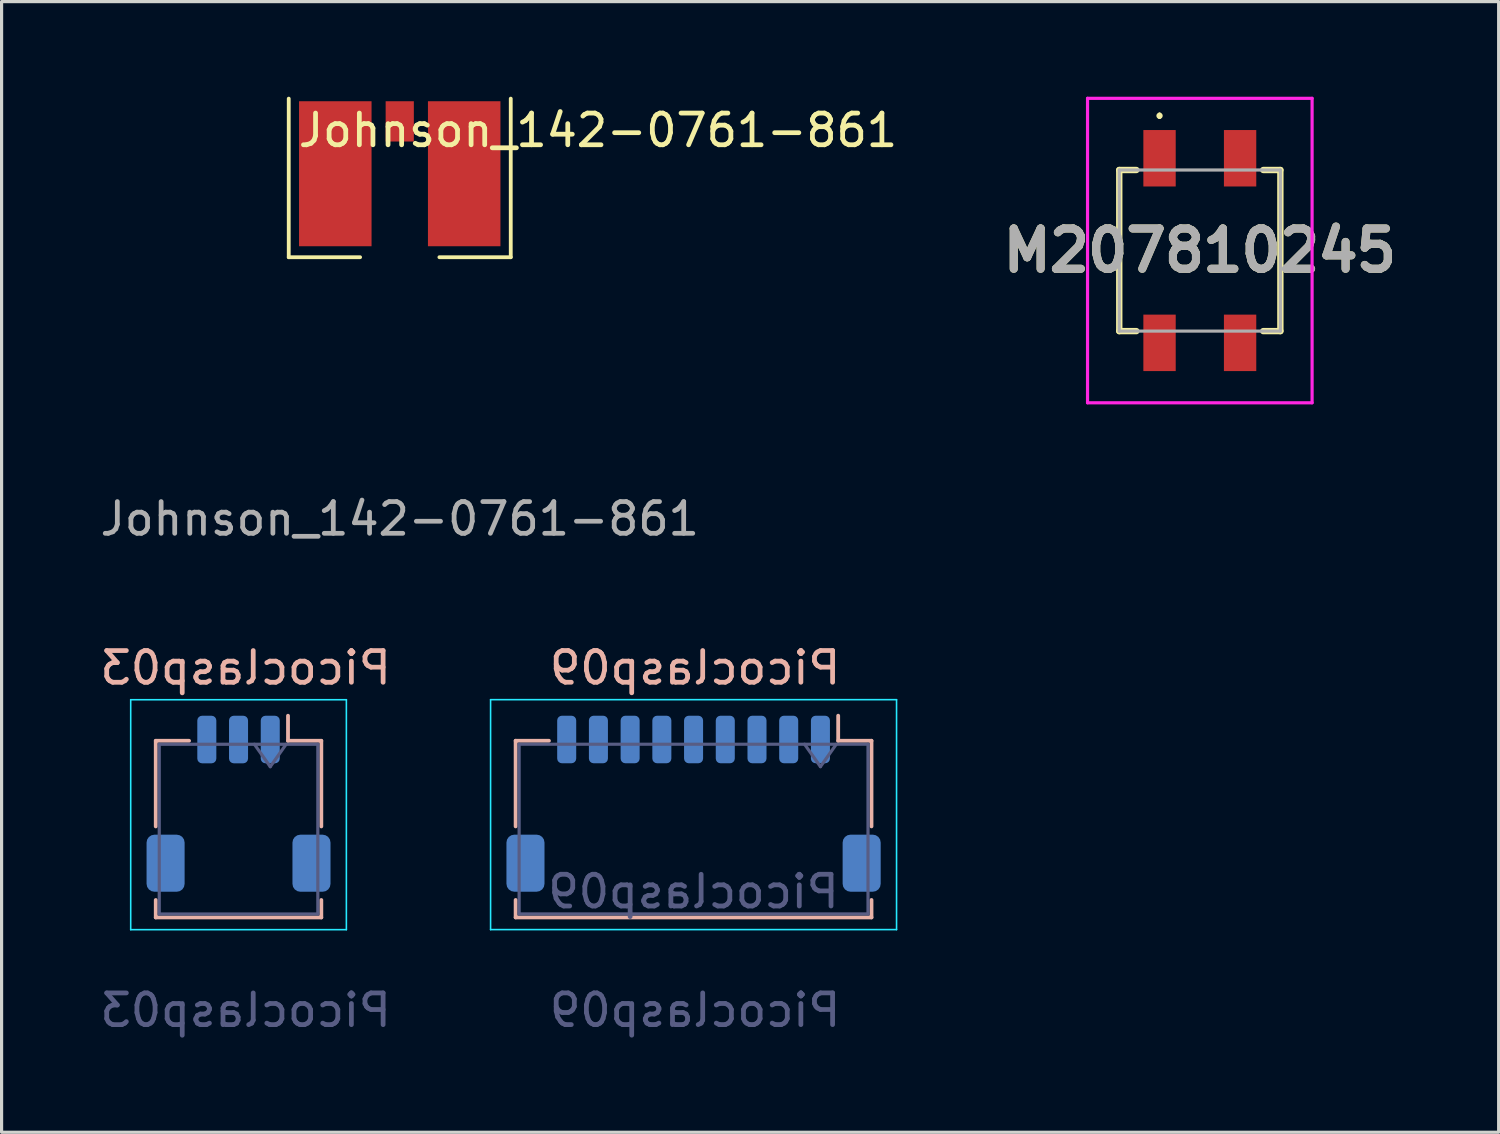
<source format=kicad_pcb>
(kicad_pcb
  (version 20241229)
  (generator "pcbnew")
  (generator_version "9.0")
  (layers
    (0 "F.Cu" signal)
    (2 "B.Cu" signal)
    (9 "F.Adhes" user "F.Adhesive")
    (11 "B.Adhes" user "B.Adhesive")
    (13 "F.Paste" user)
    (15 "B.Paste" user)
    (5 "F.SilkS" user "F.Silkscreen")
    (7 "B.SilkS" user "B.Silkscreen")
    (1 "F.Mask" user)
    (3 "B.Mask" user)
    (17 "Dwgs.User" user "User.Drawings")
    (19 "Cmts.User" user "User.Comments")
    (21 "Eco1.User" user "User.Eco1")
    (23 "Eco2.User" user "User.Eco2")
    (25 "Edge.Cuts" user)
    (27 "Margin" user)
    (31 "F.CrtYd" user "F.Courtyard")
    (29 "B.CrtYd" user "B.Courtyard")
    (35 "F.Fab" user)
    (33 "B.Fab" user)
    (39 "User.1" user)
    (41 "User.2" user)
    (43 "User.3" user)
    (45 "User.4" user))
  (footprint "Picoclasp03"
    (layer "F.Cu")
    (at 4.696 23.087)
    (property "Reference" "Picoclasp03" (at 0 -5.08 0) (unlocked yes) (layer "B.SilkS") (effects (font (size 1 1) (thickness 0.15)) (justify mirror)))
    (attr smd)
    (fp_line (start -2.835 -2.78) (end -1.785 -2.78) (stroke (width 0.12) (type solid)) (layer "B.SilkS"))
    (fp_line (start -2.835 -0.08) (end -2.835 -2.78) (stroke (width 0.12) (type solid)) (layer "B.SilkS"))
    (fp_line (start -2.835 2.79) (end -2.835 2.24) (stroke (width 0.12) (type solid)) (layer "B.SilkS"))
    (fp_line (start 1.335 -2.78) (end 1.335 -3.57) (stroke (width 0.12) (type solid)) (layer "B.SilkS"))
    (fp_line (start 2.385 -2.78) (end 1.335 -2.78) (stroke (width 0.12) (type solid)) (layer "B.SilkS"))
    (fp_line (start 2.385 -0.08) (end 2.385 -2.78) (stroke (width 0.12) (type solid)) (layer "B.SilkS"))
    (fp_line (start 2.385 2.24) (end 2.385 2.79) (stroke (width 0.12) (type solid)) (layer "B.SilkS"))
    (fp_line (start 2.385 2.79) (end -2.835 2.79) (stroke (width 0.12) (type solid)) (layer "B.SilkS"))
    (fp_line (start -3.625 -4.075) (end 3.175 -4.075) (stroke (width 0.05) (type solid)) (layer "B.CrtYd"))
    (fp_line (start -3.625 3.175) (end -3.625 -4.075) (stroke (width 0.05) (type solid)) (layer "B.CrtYd"))
    (fp_line (start 3.175 -4.075) (end 3.175 3.175) (stroke (width 0.05) (type solid)) (layer "B.CrtYd"))
    (fp_line (start 3.175 3.175) (end -3.625 3.175) (stroke (width 0.05) (type solid)) (layer "B.CrtYd"))
    (fp_line (start -2.725 -2.67) (end -2.725 2.68) (stroke (width 0.1) (type solid)) (layer "B.Fab"))
    (fp_line (start 0.775 -1.963) (end 0.275 -2.67) (stroke (width 0.1) (type solid)) (layer "B.Fab"))
    (fp_line (start 1.275 -2.67) (end 0.775 -1.963) (stroke (width 0.1) (type solid)) (layer "B.Fab"))
    (fp_line (start 2.275 -2.67) (end -2.725 -2.67) (stroke (width 0.1) (type solid)) (layer "B.Fab"))
    (fp_line (start 2.275 -2.67) (end 2.275 2.68) (stroke (width 0.1) (type solid)) (layer "B.Fab"))
    (fp_line (start 2.275 2.68) (end -2.725 2.68) (stroke (width 0.1) (type solid)) (layer "B.Fab"))
    (fp_text user "${REFERENCE}" (at 0 5.715 0) (unlocked yes) (layer "B.Fab") (effects (font (size 1 1) (thickness 0.15)) (justify mirror)))
    (pad "1" smd roundrect (at 0.775 -2.82) (size 0.6 1.5) (layers "B.Cu" "B.Mask" "B.Paste") (roundrect_rratio 0.25))
    (pad "2" smd roundrect (at -0.225 -2.82) (size 0.6 1.5) (layers "B.Cu" "B.Mask" "B.Paste") (roundrect_rratio 0.25))
    (pad "3" smd roundrect (at -1.225 -2.82) (size 0.6 1.5) (layers "B.Cu" "B.Mask" "B.Paste") (roundrect_rratio 0.25))
    (pad "MP" smd roundrect (at -2.525 1.08) (size 1.2 1.8) (layers "B.Cu" "B.Mask" "B.Paste") (roundrect_rratio 0.208))
    (pad "MP" smd roundrect (at 2.075 1.08) (size 1.2 1.8) (layers "B.Cu" "B.Mask" "B.Paste") (roundrect_rratio 0.208)))
  (footprint "M207810245"
    (layer "F.Cu")
    (at 34.78 4.85)
    (property "Reference" "M207810245" (at 0 0 0) (layer "F.SilkS") (effects (font (size 1.27 1.27) (thickness 0.254))))
    (attr through_hole)
    (fp_line (start -2.54 -2.54) (end -2.54 2.54) (stroke (width 0.2) (type solid)) (layer "F.SilkS"))
    (fp_line (start -2.54 2.54) (end -2 2.54) (stroke (width 0.2) (type solid)) (layer "F.SilkS"))
    (fp_line (start -2 -2.54) (end -2.54 -2.54) (stroke (width 0.2) (type solid)) (layer "F.SilkS"))
    (fp_line (start -1.27 -4.3) (end -1.27 -4.3) (stroke (width 0.1) (type solid)) (layer "F.SilkS"))
    (fp_line (start -1.27 -4.2) (end -1.27 -4.2) (stroke (width 0.1) (type solid)) (layer "F.SilkS"))
    (fp_line (start 2 -2.54) (end 2.54 -2.54) (stroke (width 0.2) (type solid)) (layer "F.SilkS"))
    (fp_line (start 2.54 -2.54) (end 2.54 2.54) (stroke (width 0.2) (type solid)) (layer "F.SilkS"))
    (fp_line (start 2.54 2.54) (end 2 2.54) (stroke (width 0.2) (type solid)) (layer "F.SilkS"))
    (fp_arc (start -1.27 -4.3) (mid -1.22 -4.25) (end -1.27 -4.2) (stroke (width 0.1) (type solid)) (layer "F.SilkS"))
    (fp_arc (start -1.27 -4.2) (mid -1.32 -4.25) (end -1.27 -4.3) (stroke (width 0.1) (type solid)) (layer "F.SilkS"))
    (fp_line (start -3.54 -4.8) (end 3.54 -4.8) (stroke (width 0.1) (type solid)) (layer "F.CrtYd"))
    (fp_line (start -3.54 4.8) (end -3.54 -4.8) (stroke (width 0.1) (type solid)) (layer "F.CrtYd"))
    (fp_line (start 3.54 -4.8) (end 3.54 4.8) (stroke (width 0.1) (type solid)) (layer "F.CrtYd"))
    (fp_line (start 3.54 4.8) (end -3.54 4.8) (stroke (width 0.1) (type solid)) (layer "F.CrtYd"))
    (fp_line (start -2.54 -2.54) (end 2.54 -2.54) (stroke (width 0.1) (type solid)) (layer "F.Fab"))
    (fp_line (start -2.54 2.54) (end -2.54 -2.54) (stroke (width 0.1) (type solid)) (layer "F.Fab"))
    (fp_line (start 2.54 -2.54) (end 2.54 2.54) (stroke (width 0.1) (type solid)) (layer "F.Fab"))
    (fp_line (start 2.54 2.54) (end -2.54 2.54) (stroke (width 0.1) (type solid)) (layer "F.Fab"))
    (fp_text user "${REFERENCE}" (at 0 0 0) (layer "F.Fab") (effects (font (size 1.27 1.27) (thickness 0.254))))
    (pad "" np_thru_hole circle (at -1.27 -1.27) (size 0.001 0.001) (drill 1.02) (layers "*.Cu" "*.Mask"))
    (pad "" np_thru_hole circle (at -1.27 1.27) (size 0.001 0.001) (drill 1.02) (layers "*.Cu" "*.Mask"))
    (pad "" np_thru_hole circle (at 0 0) (size 0.001 0.001) (drill 1.8) (layers "*.Cu" "*.Mask"))
    (pad "" np_thru_hole circle (at 1.27 -1.27) (size 0.001 0.001) (drill 1.02) (layers "*.Cu" "*.Mask"))
    (pad "" np_thru_hole circle (at 1.27 1.27) (size 0.001 0.001) (drill 1.02) (layers "*.Cu" "*.Mask"))
    (pad "1" smd rect (at -1.27 -2.91) (size 1.02 1.78) (layers "F.Cu" "F.Mask" "F.Paste"))
    (pad "2" smd rect (at -1.27 2.91) (size 1.02 1.78) (layers "F.Cu" "F.Mask" "F.Paste"))
    (pad "3" smd rect (at 1.27 -2.91) (size 1.02 1.78) (layers "F.Cu" "F.Mask" "F.Paste"))
    (pad "4" smd rect (at 1.27 2.91) (size 1.02 1.78) (layers "F.Cu" "F.Mask" "F.Paste")))
  (footprint "Picoclasp09"
    (layer "F.Cu")
    (at 18.868 22.451)
    (property "Reference" "Picoclasp09" (at 0 -4.445 0) (unlocked yes) (layer "B.SilkS") (effects (font (size 1 1) (thickness 0.15)) (justify mirror)))
    (attr smd)
    (fp_line (start -5.66 -2.145) (end -4.61 -2.145) (stroke (width 0.12) (type solid)) (layer "B.SilkS"))
    (fp_line (start -5.66 0.555) (end -5.66 -2.145) (stroke (width 0.12) (type solid)) (layer "B.SilkS"))
    (fp_line (start -5.66 3.425) (end -5.66 2.875) (stroke (width 0.12) (type solid)) (layer "B.SilkS"))
    (fp_line (start 4.51 -2.145) (end 4.51 -2.935) (stroke (width 0.12) (type solid)) (layer "B.SilkS"))
    (fp_line (start 5.56 -2.145) (end 4.51 -2.145) (stroke (width 0.12) (type solid)) (layer "B.SilkS"))
    (fp_line (start 5.56 0.555) (end 5.56 -2.145) (stroke (width 0.12) (type solid)) (layer "B.SilkS"))
    (fp_line (start 5.56 2.875) (end 5.56 3.425) (stroke (width 0.12) (type solid)) (layer "B.SilkS"))
    (fp_line (start 5.56 3.425) (end -5.66 3.425) (stroke (width 0.12) (type solid)) (layer "B.SilkS"))
    (fp_line (start -6.45 -3.44) (end 6.35 -3.44) (stroke (width 0.05) (type solid)) (layer "B.CrtYd"))
    (fp_line (start -6.45 3.81) (end -6.45 -3.44) (stroke (width 0.05) (type solid)) (layer "B.CrtYd"))
    (fp_line (start 6.35 -3.44) (end 6.35 3.81) (stroke (width 0.05) (type solid)) (layer "B.CrtYd"))
    (fp_line (start 6.35 3.81) (end -6.45 3.81) (stroke (width 0.05) (type solid)) (layer "B.CrtYd"))
    (fp_line (start -5.55 -2.035) (end -5.55 3.315) (stroke (width 0.1) (type solid)) (layer "B.Fab"))
    (fp_line (start 3.95 -1.328) (end 3.45 -2.035) (stroke (width 0.1) (type solid)) (layer "B.Fab"))
    (fp_line (start 4.45 -2.035) (end 3.95 -1.328) (stroke (width 0.1) (type solid)) (layer "B.Fab"))
    (fp_line (start 5.45 -2.035) (end -5.55 -2.035) (stroke (width 0.1) (type solid)) (layer "B.Fab"))
    (fp_line (start 5.45 -2.035) (end 5.45 3.315) (stroke (width 0.1) (type solid)) (layer "B.Fab"))
    (fp_line (start 5.45 3.315) (end -5.55 3.315) (stroke (width 0.1) (type solid)) (layer "B.Fab"))
    (fp_text user "${REFERENCE}" (at 0 6.35 0) (unlocked yes) (layer "B.Fab") (effects (font (size 1 1) (thickness 0.15)) (justify mirror)))
    (fp_text user "${REFERENCE}" (at -0.05 2.61 0) (unlocked yes) (layer "B.Fab") (effects (font (size 1 1) (thickness 0.15)) (justify mirror)))
    (pad "1" smd roundrect (at 3.95 -2.185) (size 0.6 1.5) (layers "B.Cu" "B.Mask" "B.Paste") (roundrect_rratio 0.25))
    (pad "2" smd roundrect (at 2.95 -2.185) (size 0.6 1.5) (layers "B.Cu" "B.Mask" "B.Paste") (roundrect_rratio 0.25))
    (pad "3" smd roundrect (at 1.95 -2.185) (size 0.6 1.5) (layers "B.Cu" "B.Mask" "B.Paste") (roundrect_rratio 0.25))
    (pad "4" smd roundrect (at 0.95 -2.185) (size 0.6 1.5) (layers "B.Cu" "B.Mask" "B.Paste") (roundrect_rratio 0.25))
    (pad "5" smd roundrect (at -0.05 -2.185) (size 0.6 1.5) (layers "B.Cu" "B.Mask" "B.Paste") (roundrect_rratio 0.25))
    (pad "6" smd roundrect (at -1.05 -2.185) (size 0.6 1.5) (layers "B.Cu" "B.Mask" "B.Paste") (roundrect_rratio 0.25))
    (pad "7" smd roundrect (at -2.05 -2.185) (size 0.6 1.5) (layers "B.Cu" "B.Mask" "B.Paste") (roundrect_rratio 0.25))
    (pad "8" smd roundrect (at -3.05 -2.185) (size 0.6 1.5) (layers "B.Cu" "B.Mask" "B.Paste") (roundrect_rratio 0.25))
    (pad "9" smd roundrect (at -4.05 -2.185) (size 0.6 1.5) (layers "B.Cu" "B.Mask" "B.Paste") (roundrect_rratio 0.25))
    (pad "MP" smd roundrect (at -5.35 1.715) (size 1.2 1.8) (layers "B.Cu" "B.Mask" "B.Paste") (roundrect_rratio 0.208))
    (pad "MP" smd roundrect (at 5.25 1.715) (size 1.2 1.8) (layers "B.Cu" "B.Mask" "B.Paste") (roundrect_rratio 0.208)))
  (footprint "Johnson_142-0761-861"
    (layer "F.Cu")
    (at 9.554 10.81)
    (property "Reference" "Johnson_142-0761-861" (at 6.25 -9.75 0) (unlocked yes) (layer "F.SilkS") (effects (font (size 1 1) (thickness 0.15))))
    (attr smd)
    (fp_line (start -3.5 -10.75) (end -3.5 -5.75) (stroke (width 0.12) (type solid)) (layer "F.SilkS"))
    (fp_line (start -3.5 -5.75) (end -1.25 -5.75) (stroke (width 0.12) (type solid)) (layer "F.SilkS"))
    (fp_line (start 3.5 -10.75) (end 3.5 -5.75) (stroke (width 0.12) (type solid)) (layer "F.SilkS"))
    (fp_line (start 3.5 -5.75) (end 1.25 -5.75) (stroke (width 0.12) (type solid)) (layer "F.SilkS"))
    (fp_text user "${REFERENCE}" (at 0 2.5 0) (unlocked yes) (layer "F.Fab") (effects (font (size 1 1) (thickness 0.15))))
    (pad "1" smd rect (at 0 -10.033 90) (size 1.27 0.889) (layers "F.Cu" "F.Mask" "F.Paste"))
    (pad "S1" smd rect (at 2.032 -8.382 90) (size 4.572 2.286) (layers "F.Cu" "F.Mask" "F.Paste"))
    (pad "S2" smd rect (at -2.032 -8.382 90) (size 4.572 2.286) (layers "F.Cu" "F.Mask" "F.Paste")))
  (gr_rect
    (start -3 -3)
    (end 44.202 32.65)
    (stroke (width 0.1) (type default))
    (fill no)
    (layer "Edge.Cuts")))
</source>
